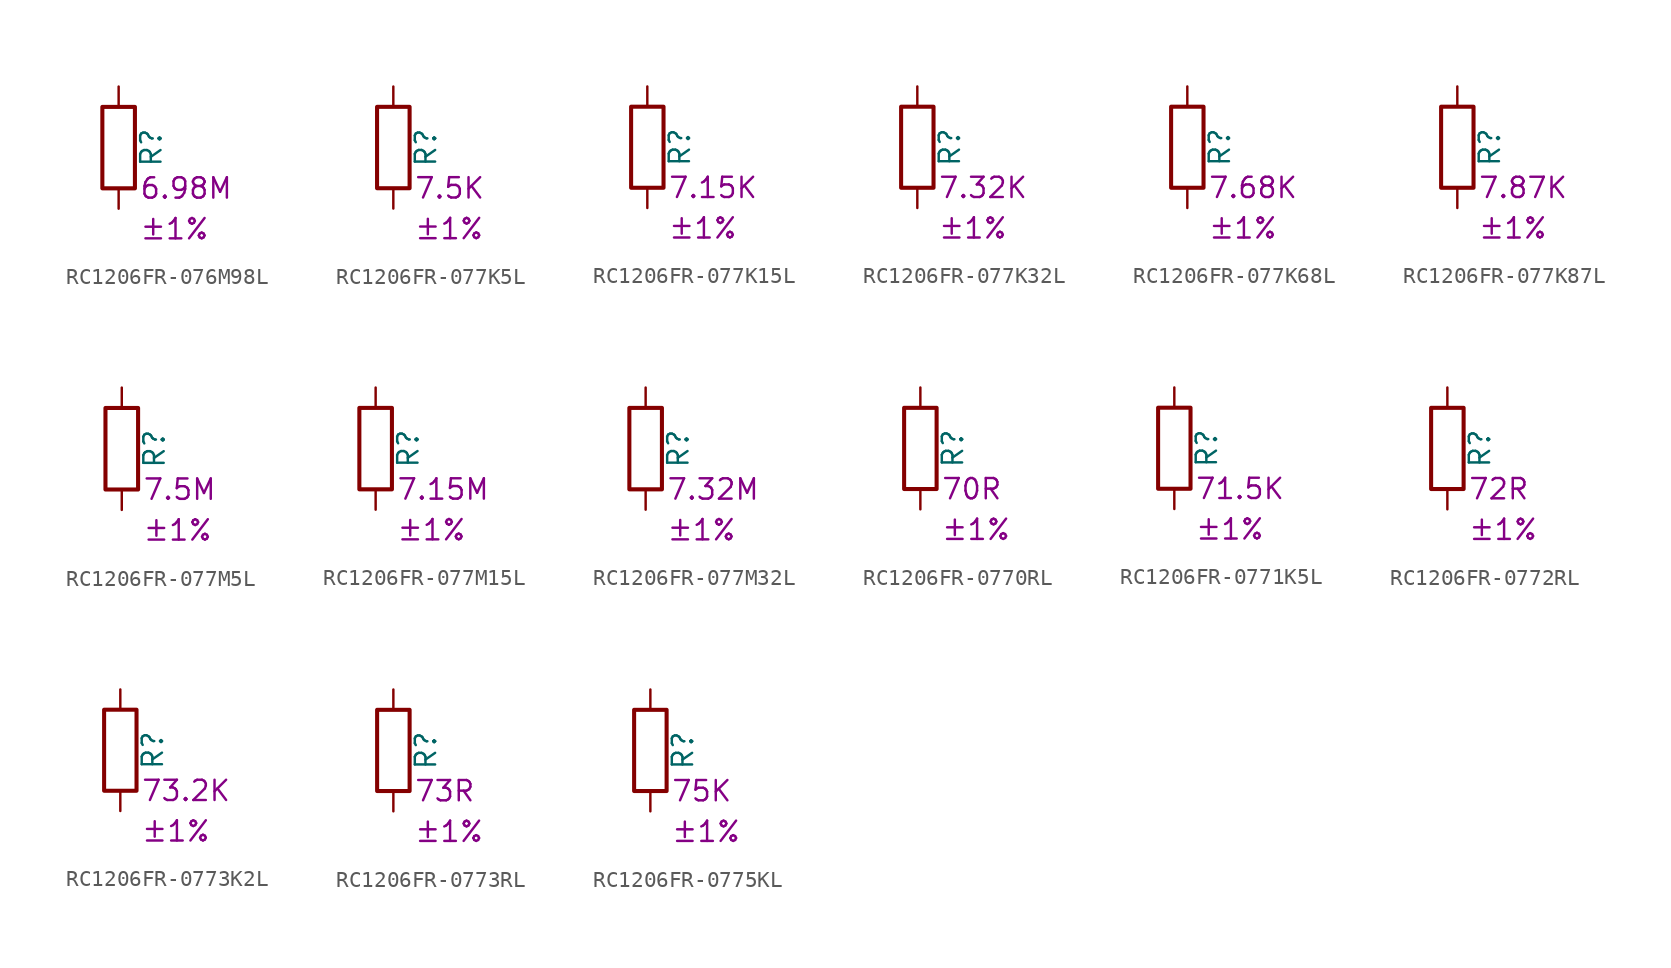
<source format=kicad_sym>
(kicad_symbol_lib
  (version 20220914)
  (generator kicad_symbol_editor)
  (symbol "RC1206FR-076M98L"
    (pin_numbers hide)
    (pin_names
      (offset 0))
    (property "Reference" "R"
      (at 2.032 0 90)
      (effects (font (size 1.27 1.27))))
    (property "Resistance" "6.98M"
      (at 1.27 -2.54 0)
      (effects (font (size 1.27 1.27)) (justify left)))
    (property "Tolerance" "±1%"
      (at 1.27 -5.08 0)
      (effects (font (size 1.27 1.27)) (justify left)))
    (symbol "RC1206FR-076M98L_0_1"
      (rectangle (start -1.016 -2.54) (end 1.016 2.54) (stroke (width 0.254) (type default)) (fill (type none))))
    (symbol "RC1206FR-076M98L_1_1"
      (pin passive line (at 0 3.81 270) (length 1.27) (name "~" (effects (font (size 1.27 1.27)))) (number "1" (effects (font (size 1.27 1.27)))))
      (pin passive line (at 0 -3.81 90) (length 1.27) (name "~" (effects (font (size 1.27 1.27)))) (number "2" (effects (font (size 1.27 1.27)))))))
  (symbol "RC1206FR-077K5L"
    (pin_numbers hide)
    (pin_names
      (offset 0))
    (property "Reference" "R"
      (at 2.032 0 90)
      (effects (font (size 1.27 1.27))))
    (property "Resistance" "7.5K"
      (at 1.27 -2.54 0)
      (effects (font (size 1.27 1.27)) (justify left)))
    (property "Tolerance" "±1%"
      (at 1.27 -5.08 0)
      (effects (font (size 1.27 1.27)) (justify left)))
    (symbol "RC1206FR-077K5L_0_1"
      (rectangle (start -1.016 -2.54) (end 1.016 2.54) (stroke (width 0.254) (type default)) (fill (type none))))
    (symbol "RC1206FR-077K5L_1_1"
      (pin passive line (at 0 3.81 270) (length 1.27) (name "~" (effects (font (size 1.27 1.27)))) (number "1" (effects (font (size 1.27 1.27)))))
      (pin passive line (at 0 -3.81 90) (length 1.27) (name "~" (effects (font (size 1.27 1.27)))) (number "2" (effects (font (size 1.27 1.27)))))))
  (symbol "RC1206FR-077K15L"
    (pin_numbers hide)
    (pin_names
      (offset 0))
    (property "Reference" "R"
      (at 2.032 0 90)
      (effects (font (size 1.27 1.27))))
    (property "Resistance" "7.15K"
      (at 1.27 -2.54 0)
      (effects (font (size 1.27 1.27)) (justify left)))
    (property "Tolerance" "±1%"
      (at 1.27 -5.08 0)
      (effects (font (size 1.27 1.27)) (justify left)))
    (symbol "RC1206FR-077K15L_0_1"
      (rectangle (start -1.016 -2.54) (end 1.016 2.54) (stroke (width 0.254) (type default)) (fill (type none))))
    (symbol "RC1206FR-077K15L_1_1"
      (pin passive line (at 0 3.81 270) (length 1.27) (name "~" (effects (font (size 1.27 1.27)))) (number "1" (effects (font (size 1.27 1.27)))))
      (pin passive line (at 0 -3.81 90) (length 1.27) (name "~" (effects (font (size 1.27 1.27)))) (number "2" (effects (font (size 1.27 1.27)))))))
  (symbol "RC1206FR-077K32L"
    (pin_numbers hide)
    (pin_names
      (offset 0))
    (property "Reference" "R"
      (at 2.032 0 90)
      (effects (font (size 1.27 1.27))))
    (property "Resistance" "7.32K"
      (at 1.27 -2.54 0)
      (effects (font (size 1.27 1.27)) (justify left)))
    (property "Tolerance" "±1%"
      (at 1.27 -5.08 0)
      (effects (font (size 1.27 1.27)) (justify left)))
    (symbol "RC1206FR-077K32L_0_1"
      (rectangle (start -1.016 -2.54) (end 1.016 2.54) (stroke (width 0.254) (type default)) (fill (type none))))
    (symbol "RC1206FR-077K32L_1_1"
      (pin passive line (at 0 3.81 270) (length 1.27) (name "~" (effects (font (size 1.27 1.27)))) (number "1" (effects (font (size 1.27 1.27)))))
      (pin passive line (at 0 -3.81 90) (length 1.27) (name "~" (effects (font (size 1.27 1.27)))) (number "2" (effects (font (size 1.27 1.27)))))))
  (symbol "RC1206FR-077K68L"
    (pin_numbers hide)
    (pin_names
      (offset 0))
    (property "Reference" "R"
      (at 2.032 0 90)
      (effects (font (size 1.27 1.27))))
    (property "Resistance" "7.68K"
      (at 1.27 -2.54 0)
      (effects (font (size 1.27 1.27)) (justify left)))
    (property "Tolerance" "±1%"
      (at 1.27 -5.08 0)
      (effects (font (size 1.27 1.27)) (justify left)))
    (symbol "RC1206FR-077K68L_0_1"
      (rectangle (start -1.016 -2.54) (end 1.016 2.54) (stroke (width 0.254) (type default)) (fill (type none))))
    (symbol "RC1206FR-077K68L_1_1"
      (pin passive line (at 0 3.81 270) (length 1.27) (name "~" (effects (font (size 1.27 1.27)))) (number "1" (effects (font (size 1.27 1.27)))))
      (pin passive line (at 0 -3.81 90) (length 1.27) (name "~" (effects (font (size 1.27 1.27)))) (number "2" (effects (font (size 1.27 1.27)))))))
  (symbol "RC1206FR-077K87L"
    (pin_numbers hide)
    (pin_names
      (offset 0))
    (property "Reference" "R"
      (at 2.032 0 90)
      (effects (font (size 1.27 1.27))))
    (property "Resistance" "7.87K"
      (at 1.27 -2.54 0)
      (effects (font (size 1.27 1.27)) (justify left)))
    (property "Tolerance" "±1%"
      (at 1.27 -5.08 0)
      (effects (font (size 1.27 1.27)) (justify left)))
    (symbol "RC1206FR-077K87L_0_1"
      (rectangle (start -1.016 -2.54) (end 1.016 2.54) (stroke (width 0.254) (type default)) (fill (type none))))
    (symbol "RC1206FR-077K87L_1_1"
      (pin passive line (at 0 3.81 270) (length 1.27) (name "~" (effects (font (size 1.27 1.27)))) (number "1" (effects (font (size 1.27 1.27)))))
      (pin passive line (at 0 -3.81 90) (length 1.27) (name "~" (effects (font (size 1.27 1.27)))) (number "2" (effects (font (size 1.27 1.27)))))))
  (symbol "RC1206FR-077M5L"
    (pin_numbers hide)
    (pin_names
      (offset 0))
    (property "Reference" "R"
      (at 2.032 0 90)
      (effects (font (size 1.27 1.27))))
    (property "Resistance" "7.5M"
      (at 1.27 -2.54 0)
      (effects (font (size 1.27 1.27)) (justify left)))
    (property "Tolerance" "±1%"
      (at 1.27 -5.08 0)
      (effects (font (size 1.27 1.27)) (justify left)))
    (symbol "RC1206FR-077M5L_0_1"
      (rectangle (start -1.016 -2.54) (end 1.016 2.54) (stroke (width 0.254) (type default)) (fill (type none))))
    (symbol "RC1206FR-077M5L_1_1"
      (pin passive line (at 0 3.81 270) (length 1.27) (name "~" (effects (font (size 1.27 1.27)))) (number "1" (effects (font (size 1.27 1.27)))))
      (pin passive line (at 0 -3.81 90) (length 1.27) (name "~" (effects (font (size 1.27 1.27)))) (number "2" (effects (font (size 1.27 1.27)))))))
  (symbol "RC1206FR-077M15L"
    (pin_numbers hide)
    (pin_names
      (offset 0))
    (property "Reference" "R"
      (at 2.032 0 90)
      (effects (font (size 1.27 1.27))))
    (property "Resistance" "7.15M"
      (at 1.27 -2.54 0)
      (effects (font (size 1.27 1.27)) (justify left)))
    (property "Tolerance" "±1%"
      (at 1.27 -5.08 0)
      (effects (font (size 1.27 1.27)) (justify left)))
    (symbol "RC1206FR-077M15L_0_1"
      (rectangle (start -1.016 -2.54) (end 1.016 2.54) (stroke (width 0.254) (type default)) (fill (type none))))
    (symbol "RC1206FR-077M15L_1_1"
      (pin passive line (at 0 3.81 270) (length 1.27) (name "~" (effects (font (size 1.27 1.27)))) (number "1" (effects (font (size 1.27 1.27)))))
      (pin passive line (at 0 -3.81 90) (length 1.27) (name "~" (effects (font (size 1.27 1.27)))) (number "2" (effects (font (size 1.27 1.27)))))))
  (symbol "RC1206FR-077M32L"
    (pin_numbers hide)
    (pin_names
      (offset 0))
    (property "Reference" "R"
      (at 2.032 0 90)
      (effects (font (size 1.27 1.27))))
    (property "Resistance" "7.32M"
      (at 1.27 -2.54 0)
      (effects (font (size 1.27 1.27)) (justify left)))
    (property "Tolerance" "±1%"
      (at 1.27 -5.08 0)
      (effects (font (size 1.27 1.27)) (justify left)))
    (symbol "RC1206FR-077M32L_0_1"
      (rectangle (start -1.016 -2.54) (end 1.016 2.54) (stroke (width 0.254) (type default)) (fill (type none))))
    (symbol "RC1206FR-077M32L_1_1"
      (pin passive line (at 0 3.81 270) (length 1.27) (name "~" (effects (font (size 1.27 1.27)))) (number "1" (effects (font (size 1.27 1.27)))))
      (pin passive line (at 0 -3.81 90) (length 1.27) (name "~" (effects (font (size 1.27 1.27)))) (number "2" (effects (font (size 1.27 1.27)))))))
  (symbol "RC1206FR-0770RL"
    (pin_numbers hide)
    (pin_names
      (offset 0))
    (property "Reference" "R"
      (at 2.032 0 90)
      (effects (font (size 1.27 1.27))))
    (property "Resistance" "70R"
      (at 1.27 -2.54 0)
      (effects (font (size 1.27 1.27)) (justify left)))
    (property "Tolerance" "±1%"
      (at 1.27 -5.08 0)
      (effects (font (size 1.27 1.27)) (justify left)))
    (symbol "RC1206FR-0770RL_0_1"
      (rectangle (start -1.016 -2.54) (end 1.016 2.54) (stroke (width 0.254) (type default)) (fill (type none))))
    (symbol "RC1206FR-0770RL_1_1"
      (pin passive line (at 0 3.81 270) (length 1.27) (name "~" (effects (font (size 1.27 1.27)))) (number "1" (effects (font (size 1.27 1.27)))))
      (pin passive line (at 0 -3.81 90) (length 1.27) (name "~" (effects (font (size 1.27 1.27)))) (number "2" (effects (font (size 1.27 1.27)))))))
  (symbol "RC1206FR-0771K5L"
    (pin_numbers hide)
    (pin_names
      (offset 0))
    (property "Reference" "R"
      (at 2.032 0 90)
      (effects (font (size 1.27 1.27))))
    (property "Resistance" "71.5K"
      (at 1.27 -2.54 0)
      (effects (font (size 1.27 1.27)) (justify left)))
    (property "Tolerance" "±1%"
      (at 1.27 -5.08 0)
      (effects (font (size 1.27 1.27)) (justify left)))
    (symbol "RC1206FR-0771K5L_0_1"
      (rectangle (start -1.016 -2.54) (end 1.016 2.54) (stroke (width 0.254) (type default)) (fill (type none))))
    (symbol "RC1206FR-0771K5L_1_1"
      (pin passive line (at 0 3.81 270) (length 1.27) (name "~" (effects (font (size 1.27 1.27)))) (number "1" (effects (font (size 1.27 1.27)))))
      (pin passive line (at 0 -3.81 90) (length 1.27) (name "~" (effects (font (size 1.27 1.27)))) (number "2" (effects (font (size 1.27 1.27)))))))
  (symbol "RC1206FR-0772RL"
    (pin_numbers hide)
    (pin_names
      (offset 0))
    (property "Reference" "R"
      (at 2.032 0 90)
      (effects (font (size 1.27 1.27))))
    (property "Resistance" "72R"
      (at 1.27 -2.54 0)
      (effects (font (size 1.27 1.27)) (justify left)))
    (property "Tolerance" "±1%"
      (at 1.27 -5.08 0)
      (effects (font (size 1.27 1.27)) (justify left)))
    (symbol "RC1206FR-0772RL_0_1"
      (rectangle (start -1.016 -2.54) (end 1.016 2.54) (stroke (width 0.254) (type default)) (fill (type none))))
    (symbol "RC1206FR-0772RL_1_1"
      (pin passive line (at 0 3.81 270) (length 1.27) (name "~" (effects (font (size 1.27 1.27)))) (number "1" (effects (font (size 1.27 1.27)))))
      (pin passive line (at 0 -3.81 90) (length 1.27) (name "~" (effects (font (size 1.27 1.27)))) (number "2" (effects (font (size 1.27 1.27)))))))
  (symbol "RC1206FR-0773K2L"
    (pin_numbers hide)
    (pin_names
      (offset 0))
    (property "Reference" "R"
      (at 2.032 0 90)
      (effects (font (size 1.27 1.27))))
    (property "Resistance" "73.2K"
      (at 1.27 -2.54 0)
      (effects (font (size 1.27 1.27)) (justify left)))
    (property "Tolerance" "±1%"
      (at 1.27 -5.08 0)
      (effects (font (size 1.27 1.27)) (justify left)))
    (symbol "RC1206FR-0773K2L_0_1"
      (rectangle (start -1.016 -2.54) (end 1.016 2.54) (stroke (width 0.254) (type default)) (fill (type none))))
    (symbol "RC1206FR-0773K2L_1_1"
      (pin passive line (at 0 3.81 270) (length 1.27) (name "~" (effects (font (size 1.27 1.27)))) (number "1" (effects (font (size 1.27 1.27)))))
      (pin passive line (at 0 -3.81 90) (length 1.27) (name "~" (effects (font (size 1.27 1.27)))) (number "2" (effects (font (size 1.27 1.27)))))))
  (symbol "RC1206FR-0773RL"
    (pin_numbers hide)
    (pin_names
      (offset 0))
    (property "Reference" "R"
      (at 2.032 0 90)
      (effects (font (size 1.27 1.27))))
    (property "Resistance" "73R"
      (at 1.27 -2.54 0)
      (effects (font (size 1.27 1.27)) (justify left)))
    (property "Tolerance" "±1%"
      (at 1.27 -5.08 0)
      (effects (font (size 1.27 1.27)) (justify left)))
    (symbol "RC1206FR-0773RL_0_1"
      (rectangle (start -1.016 -2.54) (end 1.016 2.54) (stroke (width 0.254) (type default)) (fill (type none))))
    (symbol "RC1206FR-0773RL_1_1"
      (pin passive line (at 0 3.81 270) (length 1.27) (name "~" (effects (font (size 1.27 1.27)))) (number "1" (effects (font (size 1.27 1.27)))))
      (pin passive line (at 0 -3.81 90) (length 1.27) (name "~" (effects (font (size 1.27 1.27)))) (number "2" (effects (font (size 1.27 1.27)))))))
  (symbol "RC1206FR-0775KL"
    (pin_numbers hide)
    (pin_names
      (offset 0))
    (property "Reference" "R"
      (at 2.032 0 90)
      (effects (font (size 1.27 1.27))))
    (property "Resistance" "75K"
      (at 1.27 -2.54 0)
      (effects (font (size 1.27 1.27)) (justify left)))
    (property "Tolerance" "±1%"
      (at 1.27 -5.08 0)
      (effects (font (size 1.27 1.27)) (justify left)))
    (symbol "RC1206FR-0775KL_0_1"
      (rectangle (start -1.016 -2.54) (end 1.016 2.54) (stroke (width 0.254) (type default)) (fill (type none))))
    (symbol "RC1206FR-0775KL_1_1"
      (pin passive line (at 0 3.81 270) (length 1.27) (name "~" (effects (font (size 1.27 1.27)))) (number "1" (effects (font (size 1.27 1.27)))))
      (pin passive line (at 0 -3.81 90) (length 1.27) (name "~" (effects (font (size 1.27 1.27)))) (number "2" (effects (font (size 1.27 1.27))))))))
</source>
